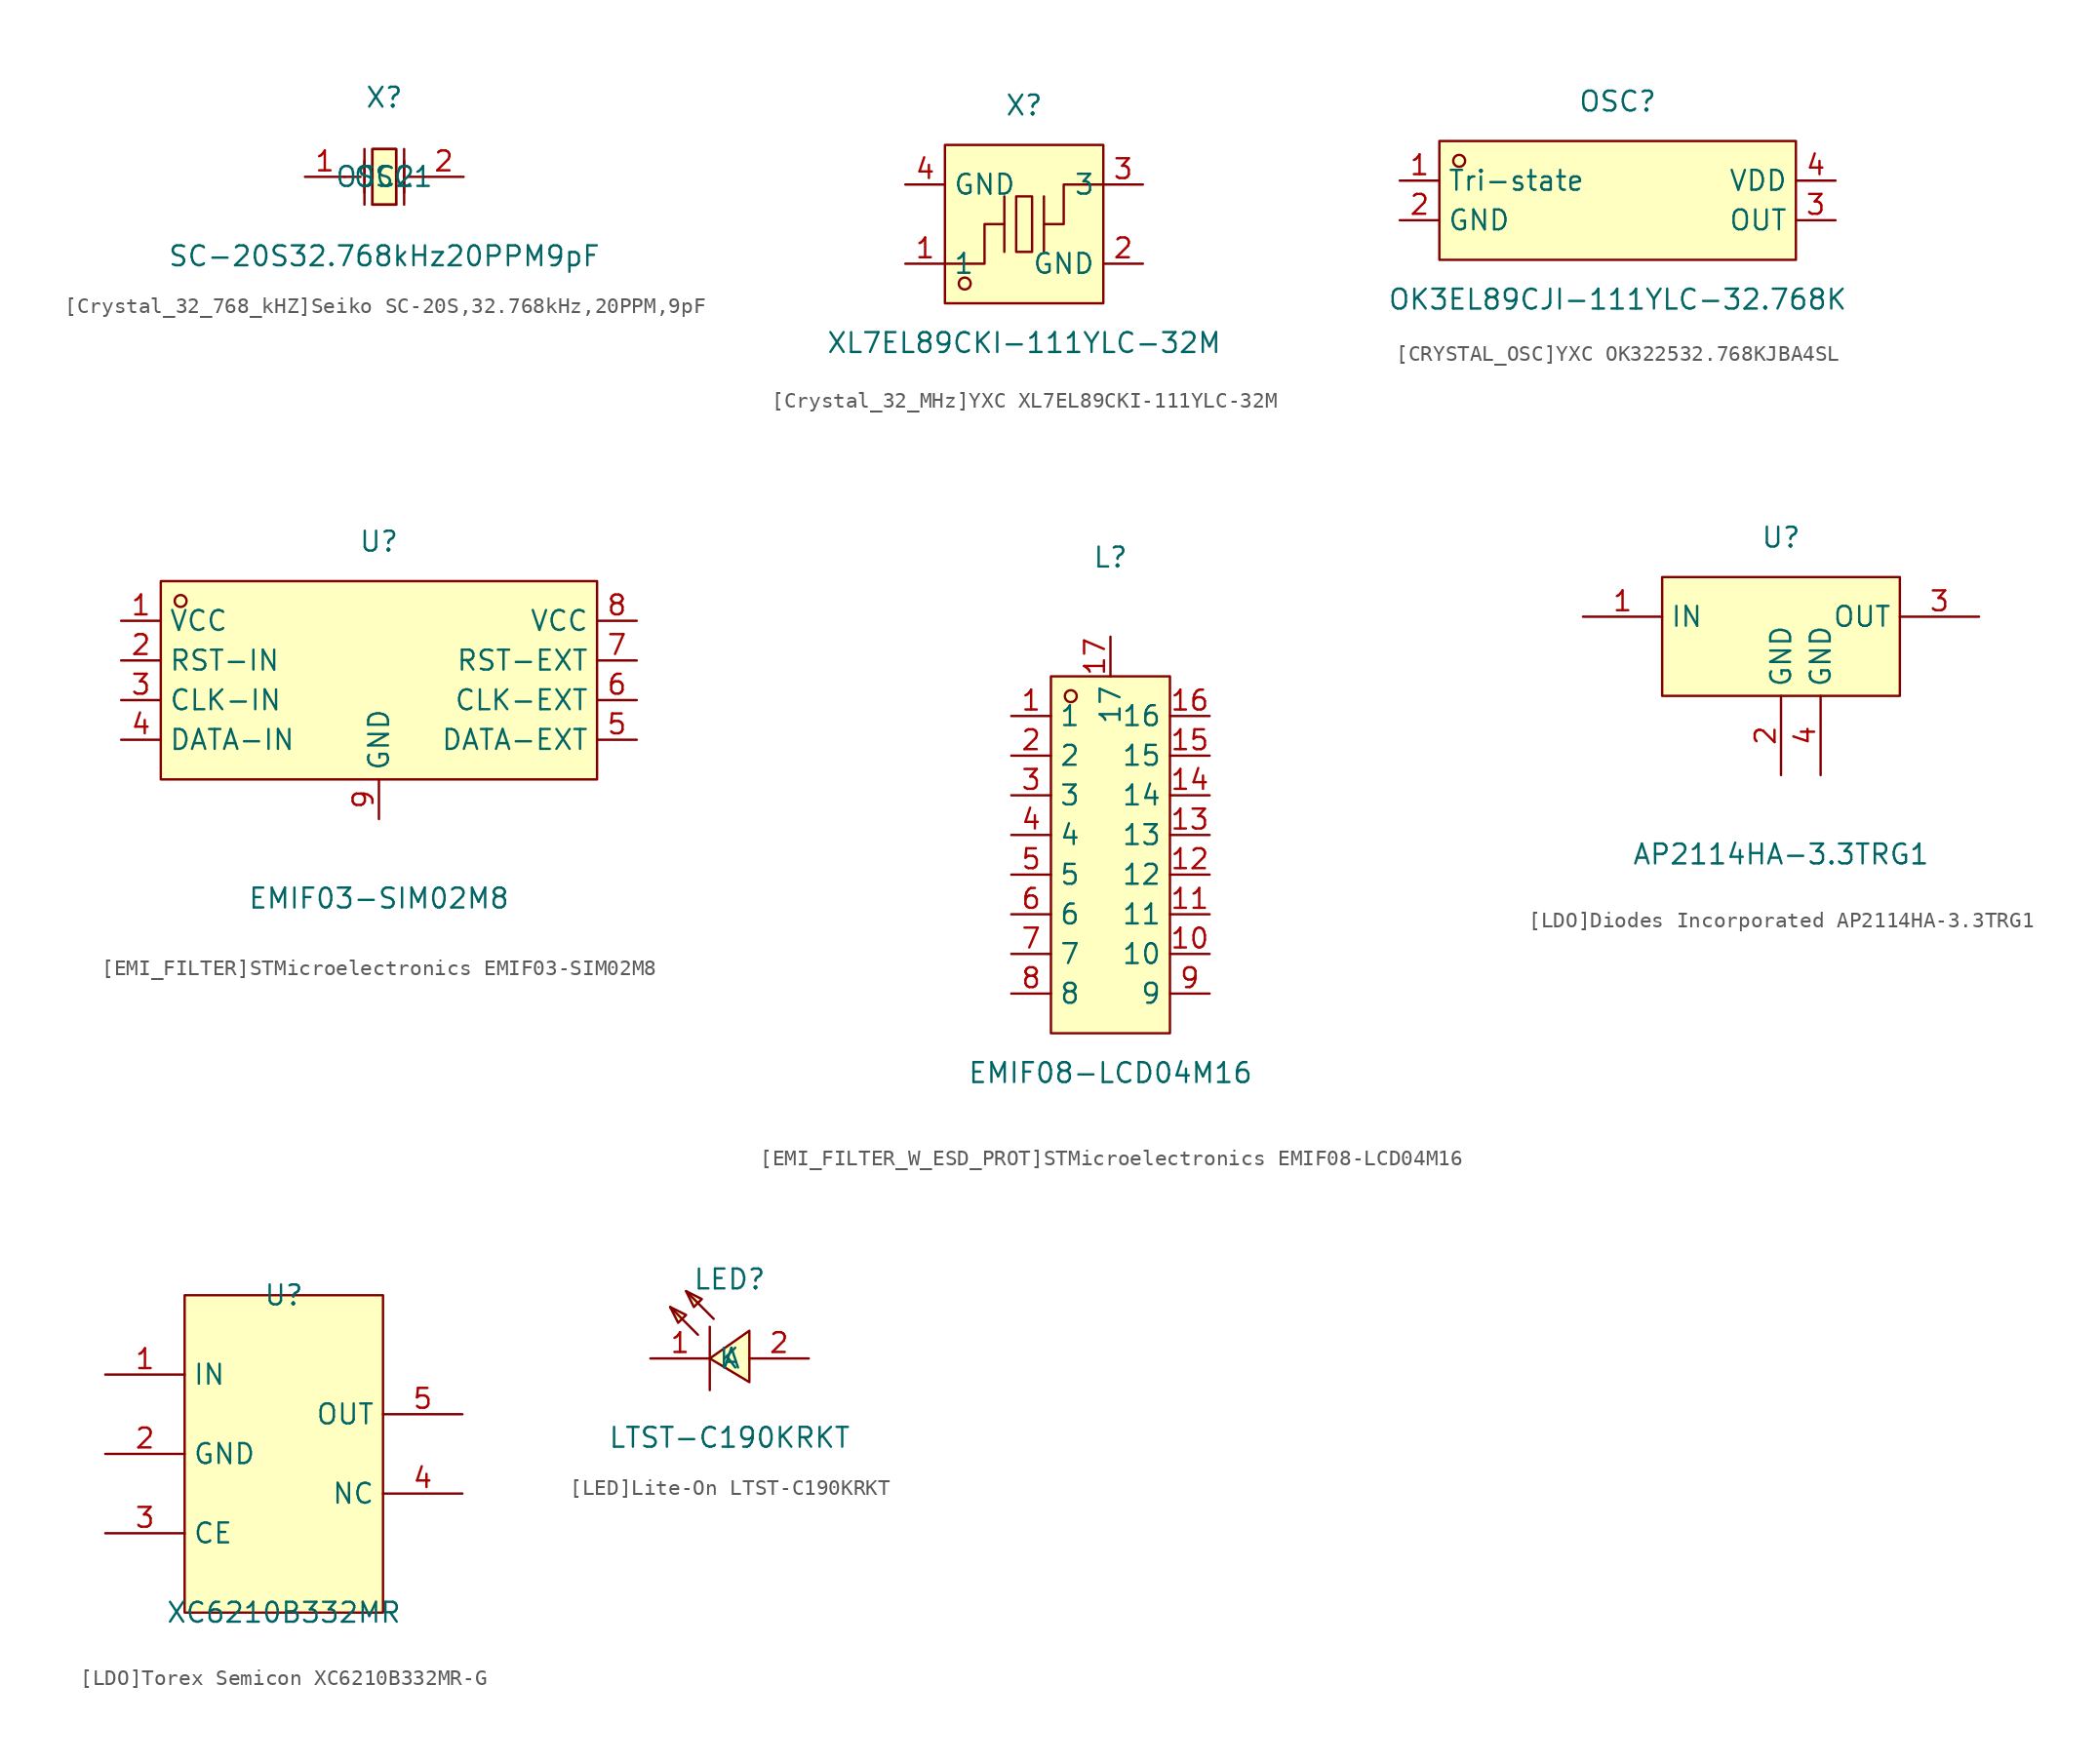
<source format=kicad_sym>
(kicad_symbol_lib
  (version 20220914)
  (generator kicad_symbol_editor)
  (symbol "[Crystal_32_768_kHZ]Seiko SC-20S,32.768kHz,20PPM,9pF"
    (property "Reference" "X"
      (at 0 5.08 0)
      (effects (font (size 1.27 1.27))))
    (property "Value" "SC-20S32.768kHz20PPM9pF"
      (at 0 -5.08 0)
      (effects (font (size 1.27 1.27))))
    (symbol "[Crystal_32_768_kHZ]Seiko SC-20S,32.768kHz,20PPM,9pF_0_1"
      (polyline (pts (xy -2.54 0) (xy -1.52 0)) (stroke (width 0) (type default)) (fill (type none)))
      (polyline (pts (xy -1.27 -1.78) (xy -1.27 1.78)) (stroke (width 0) (type default)) (fill (type none)))
      (polyline (pts (xy -1.27 -1.02) (xy -1.27 1.02)) (stroke (width 0) (type default)) (fill (type none)))
      (polyline (pts (xy 0.76 -1.78) (xy -0.76 -1.78)) (stroke (width 0) (type default)) (fill (type none)))
      (polyline (pts (xy 1.27 -1.78) (xy 1.27 1.78)) (stroke (width 0) (type default)) (fill (type none)))
      (polyline (pts (xy 1.27 -1.02) (xy 1.27 1.02)) (stroke (width 0) (type default)) (fill (type none)))
      (polyline (pts (xy 2.54 0) (xy 1.52 0)) (stroke (width 0) (type default)) (fill (type none)))
      (polyline (pts (xy -0.76 -1.78) (xy -0.76 1.78) (xy 0.76 1.78) (xy 0.76 -1.78)) (stroke (width 0) (type default)) (fill (type none)))
      (polyline (pts (xy 0.76 1.78) (xy 0.76 -1.78) (xy -0.76 -1.78) (xy -0.76 1.78) (xy 0.76 1.78)) (stroke (width 0) (type default)) (fill (type background)))
      (pin input line (at -5.08 0 0) (length 2.54) (name "OSC1" (effects (font (size 1.27 1.27)))) (number "1" (effects (font (size 1.27 1.27)))))
      (pin input line (at 5.08 0 180) (length 2.54) (name "OSC2" (effects (font (size 1.27 1.27)))) (number "2" (effects (font (size 1.27 1.27)))))))
  (symbol "[Crystal_32_MHz]YXC XL7EL89CKI-111YLC-32M"
    (property "Reference" "X"
      (at 0 7.62 0)
      (effects (font (size 1.27 1.27))))
    (property "Value" "XL7EL89CKI-111YLC-32M"
      (at 0 -7.62 0)
      (effects (font (size 1.27 1.27))))
    (symbol "[Crystal_32_MHz]YXC XL7EL89CKI-111YLC-32M_0_1"
      (rectangle (start -5.08 5.08) (end 5.08 -5.08) (stroke (width 0) (type default)) (fill (type background)))
      (circle (center -3.81 -3.81) (radius 0.38) (stroke (width 0) (type default)) (fill (type none)))
      (rectangle (start -0.51 1.78) (end 0.51 -1.78) (stroke (width 0) (type default)) (fill (type background)))
      (polyline (pts (xy -1.27 -1.78) (xy -1.27 1.78)) (stroke (width 0) (type default)) (fill (type none)))
      (polyline (pts (xy 1.27 -1.78) (xy 1.27 1.78)) (stroke (width 0) (type default)) (fill (type none)))
      (polyline (pts (xy -5.08 -2.54) (xy -2.54 -2.54) (xy -2.54 0) (xy -1.27 0)) (stroke (width 0) (type default)) (fill (type none)))
      (polyline (pts (xy 5.08 2.54) (xy 2.54 2.54) (xy 2.54 0) (xy 1.27 0)) (stroke (width 0) (type default)) (fill (type none)))
      (pin input line (at -7.62 -2.54 0) (length 2.54) (name "1" (effects (font (size 1.27 1.27)))) (number "1" (effects (font (size 1.27 1.27)))))
      (pin input line (at 7.62 -2.54 180) (length 2.54) (name "GND" (effects (font (size 1.27 1.27)))) (number "2" (effects (font (size 1.27 1.27)))))
      (pin input line (at 7.62 2.54 180) (length 2.54) (name "3" (effects (font (size 1.27 1.27)))) (number "3" (effects (font (size 1.27 1.27)))))
      (pin input line (at -7.62 2.54 0) (length 2.54) (name "GND" (effects (font (size 1.27 1.27)))) (number "4" (effects (font (size 1.27 1.27)))))))
  (symbol "[CRYSTAL_OSC]YXC OK322532.768KJBA4SL"
    (property "Reference" "OSC"
      (at 0 6.35 0)
      (effects (font (size 1.27 1.27))))
    (property "Value" "OK3EL89CJI-111YLC-32.768K"
      (at 0 -6.35 0)
      (effects (font (size 1.27 1.27))))
    (symbol "[CRYSTAL_OSC]YXC OK322532.768KJBA4SL_0_1"
      (rectangle (start -11.43 3.81) (end 11.43 -3.81) (stroke (width 0) (type default)) (fill (type background)))
      (circle (center -10.16 2.54) (radius 0.38) (stroke (width 0) (type default)) (fill (type none)))
      (pin unspecified line (at -13.97 1.27 0) (length 2.54) (name "Tri-state" (effects (font (size 1.27 1.27)))) (number "1" (effects (font (size 1.27 1.27)))))
      (pin unspecified line (at -13.97 -1.27 0) (length 2.54) (name "GND" (effects (font (size 1.27 1.27)))) (number "2" (effects (font (size 1.27 1.27)))))
      (pin unspecified line (at 13.97 -1.27 180) (length 2.54) (name "OUT" (effects (font (size 1.27 1.27)))) (number "3" (effects (font (size 1.27 1.27)))))
      (pin unspecified line (at 13.97 1.27 180) (length 2.54) (name "VDD" (effects (font (size 1.27 1.27)))) (number "4" (effects (font (size 1.27 1.27)))))))
  (symbol "[EMI_FILTER]STMicroelectronics EMIF03-SIM02M8"
    (property "Reference" "U"
      (at 0 10.16 0)
      (effects (font (size 1.27 1.27))))
    (property "Value" "EMIF03-SIM02M8"
      (at 0 -12.7 0)
      (effects (font (size 1.27 1.27))))
    (symbol "[EMI_FILTER]STMicroelectronics EMIF03-SIM02M8_0_1"
      (rectangle (start -13.97 7.62) (end 13.97 -5.08) (stroke (width 0) (type default)) (fill (type background)))
      (circle (center -12.7 6.35) (radius 0.38) (stroke (width 0) (type default)) (fill (type none)))
      (pin unspecified line (at -16.51 5.08 0) (length 2.54) (name "VCC" (effects (font (size 1.27 1.27)))) (number "1" (effects (font (size 1.27 1.27)))))
      (pin unspecified line (at -16.51 2.54 0) (length 2.54) (name "RST-IN" (effects (font (size 1.27 1.27)))) (number "2" (effects (font (size 1.27 1.27)))))
      (pin unspecified line (at -16.51 0 0) (length 2.54) (name "CLK-IN" (effects (font (size 1.27 1.27)))) (number "3" (effects (font (size 1.27 1.27)))))
      (pin unspecified line (at -16.51 -2.54 0) (length 2.54) (name "DATA-IN" (effects (font (size 1.27 1.27)))) (number "4" (effects (font (size 1.27 1.27)))))
      (pin unspecified line (at 16.51 -2.54 180) (length 2.54) (name "DATA-EXT" (effects (font (size 1.27 1.27)))) (number "5" (effects (font (size 1.27 1.27)))))
      (pin unspecified line (at 16.51 0 180) (length 2.54) (name "CLK-EXT" (effects (font (size 1.27 1.27)))) (number "6" (effects (font (size 1.27 1.27)))))
      (pin unspecified line (at 16.51 2.54 180) (length 2.54) (name "RST-EXT" (effects (font (size 1.27 1.27)))) (number "7" (effects (font (size 1.27 1.27)))))
      (pin unspecified line (at 16.51 5.08 180) (length 2.54) (name "VCC" (effects (font (size 1.27 1.27)))) (number "8" (effects (font (size 1.27 1.27)))))
      (pin unspecified line (at 0 -7.62 90) (length 2.54) (name "GND" (effects (font (size 1.27 1.27)))) (number "9" (effects (font (size 1.27 1.27)))))))
  (symbol "[EMI_FILTER_W_ESD_PROT]STMicroelectronics EMIF08-LCD04M16"
    (property "Reference" "L"
      (at 0 19.05 0)
      (effects (font (size 1.27 1.27))))
    (property "Value" "EMIF08-LCD04M16"
      (at 0 -13.97 0)
      (effects (font (size 1.27 1.27))))
    (symbol "[EMI_FILTER_W_ESD_PROT]STMicroelectronics EMIF08-LCD04M16_0_1"
      (rectangle (start -3.81 11.43) (end 3.81 -11.43) (stroke (width 0) (type default)) (fill (type background)))
      (circle (center -2.54 10.16) (radius 0.38) (stroke (width 0) (type default)) (fill (type none)))
      (pin unspecified line (at -6.35 8.89 0) (length 2.54) (name "1" (effects (font (size 1.27 1.27)))) (number "1" (effects (font (size 1.27 1.27)))))
      (pin unspecified line (at 6.35 -6.35 180) (length 2.54) (name "10" (effects (font (size 1.27 1.27)))) (number "10" (effects (font (size 1.27 1.27)))))
      (pin unspecified line (at 6.35 -3.81 180) (length 2.54) (name "11" (effects (font (size 1.27 1.27)))) (number "11" (effects (font (size 1.27 1.27)))))
      (pin unspecified line (at 6.35 -1.27 180) (length 2.54) (name "12" (effects (font (size 1.27 1.27)))) (number "12" (effects (font (size 1.27 1.27)))))
      (pin unspecified line (at 6.35 1.27 180) (length 2.54) (name "13" (effects (font (size 1.27 1.27)))) (number "13" (effects (font (size 1.27 1.27)))))
      (pin unspecified line (at 6.35 3.81 180) (length 2.54) (name "14" (effects (font (size 1.27 1.27)))) (number "14" (effects (font (size 1.27 1.27)))))
      (pin unspecified line (at 6.35 6.35 180) (length 2.54) (name "15" (effects (font (size 1.27 1.27)))) (number "15" (effects (font (size 1.27 1.27)))))
      (pin unspecified line (at 6.35 8.89 180) (length 2.54) (name "16" (effects (font (size 1.27 1.27)))) (number "16" (effects (font (size 1.27 1.27)))))
      (pin unspecified line (at 0 13.97 270) (length 2.54) (name "17" (effects (font (size 1.27 1.27)))) (number "17" (effects (font (size 1.27 1.27)))))
      (pin unspecified line (at -6.35 6.35 0) (length 2.54) (name "2" (effects (font (size 1.27 1.27)))) (number "2" (effects (font (size 1.27 1.27)))))
      (pin unspecified line (at -6.35 3.81 0) (length 2.54) (name "3" (effects (font (size 1.27 1.27)))) (number "3" (effects (font (size 1.27 1.27)))))
      (pin unspecified line (at -6.35 1.27 0) (length 2.54) (name "4" (effects (font (size 1.27 1.27)))) (number "4" (effects (font (size 1.27 1.27)))))
      (pin unspecified line (at -6.35 -1.27 0) (length 2.54) (name "5" (effects (font (size 1.27 1.27)))) (number "5" (effects (font (size 1.27 1.27)))))
      (pin unspecified line (at -6.35 -3.81 0) (length 2.54) (name "6" (effects (font (size 1.27 1.27)))) (number "6" (effects (font (size 1.27 1.27)))))
      (pin unspecified line (at -6.35 -6.35 0) (length 2.54) (name "7" (effects (font (size 1.27 1.27)))) (number "7" (effects (font (size 1.27 1.27)))))
      (pin unspecified line (at -6.35 -8.89 0) (length 2.54) (name "8" (effects (font (size 1.27 1.27)))) (number "8" (effects (font (size 1.27 1.27)))))
      (pin unspecified line (at 6.35 -8.89 180) (length 2.54) (name "9" (effects (font (size 1.27 1.27)))) (number "9" (effects (font (size 1.27 1.27)))))))
  (symbol "[LDO]Diodes Incorporated AP2114HA-3.3TRG1"
    (property "Reference" "U"
      (at 0 5.08 0)
      (effects (font (size 1.27 1.27))))
    (property "Value" "AP2114HA-3.3TRG1"
      (at 0 -15.24 0)
      (effects (font (size 1.27 1.27))))
    (symbol "[LDO]Diodes Incorporated AP2114HA-3.3TRG1_0_1"
      (rectangle (start -7.62 2.54) (end 7.62 -5.08) (stroke (width 0) (type default)) (fill (type background)))
      (pin power_in line (at -12.7 0 0) (length 5.08) (name "IN" (effects (font (size 1.27 1.27)))) (number "1" (effects (font (size 1.27 1.27)))))
      (pin power_in line (at 0 -10.16 90) (length 5.08) (name "GND" (effects (font (size 1.27 1.27)))) (number "2" (effects (font (size 1.27 1.27)))))
      (pin power_in line (at 12.7 0 180) (length 5.08) (name "OUT" (effects (font (size 1.27 1.27)))) (number "3" (effects (font (size 1.27 1.27)))))
      (pin power_in line (at 2.54 -10.16 90) (length 5.08) (name "GND" (effects (font (size 1.27 1.27)))) (number "4" (effects (font (size 1.27 1.27)))))))
  (symbol "[LDO]Torex Semicon XC6210B332MR-G"
    (property "Reference" "U"
      (at 0 10.16 0)
      (effects (font (size 1.27 1.27))))
    (property "Value" "XC6210B332MR"
      (at 0 -10.16 0)
      (effects (font (size 1.27 1.27))))
    (symbol "[LDO]Torex Semicon XC6210B332MR-G_0_1"
      (rectangle (start -6.35 10.16) (end 6.35 -10.16) (stroke (width 0) (type default)) (fill (type background)))
      (pin unspecified line (at -11.43 5.08 0) (length 5.08) (name "IN" (effects (font (size 1.27 1.27)))) (number "1" (effects (font (size 1.27 1.27)))))
      (pin unspecified line (at -11.43 0 0) (length 5.08) (name "GND" (effects (font (size 1.27 1.27)))) (number "2" (effects (font (size 1.27 1.27)))))
      (pin unspecified line (at -11.43 -5.08 0) (length 5.08) (name "CE" (effects (font (size 1.27 1.27)))) (number "3" (effects (font (size 1.27 1.27)))))
      (pin unspecified line (at 11.43 -2.54 180) (length 5.08) (name "NC" (effects (font (size 1.27 1.27)))) (number "4" (effects (font (size 1.27 1.27)))))
      (pin unspecified line (at 11.43 2.54 180) (length 5.08) (name "OUT" (effects (font (size 1.27 1.27)))) (number "5" (effects (font (size 1.27 1.27)))))))
  (symbol "[LED]Lite-On LTST-C190KRKT"
    (property "Reference" "LED"
      (at 0 3.81 0)
      (effects (font (size 1.27 1.27))))
    (property "Value" "LTST-C190KRKT"
      (at 0 -6.35 0)
      (effects (font (size 1.27 1.27))))
    (symbol "[LED]Lite-On LTST-C190KRKT_0_1"
      (polyline (pts (xy -2.03 0.25) (xy -3.81 2.03)) (stroke (width 0) (type default)) (fill (type none)))
      (polyline (pts (xy -1.27 0.76) (xy -1.27 -3.3)) (stroke (width 0) (type default)) (fill (type none)))
      (polyline (pts (xy -1.02 1.27) (xy -2.79 3.05)) (stroke (width 0) (type default)) (fill (type none)))
      (polyline (pts (xy -3.81 2.03) (xy -2.79 1.52) (xy -3.3 1.02) (xy -3.81 2.03)) (stroke (width 0) (type default)) (fill (type background)))
      (polyline (pts (xy -2.79 3.05) (xy -1.78 2.54) (xy -2.29 2.03) (xy -2.79 3.05)) (stroke (width 0) (type default)) (fill (type background)))
      (polyline (pts (xy 1.27 -2.79) (xy -1.27 -1.27) (xy 1.27 0.51) (xy 1.27 -2.79)) (stroke (width 0) (type default)) (fill (type background)))
      (pin unspecified line (at -5.08 -1.27 0) (length 3.81) (name "K" (effects (font (size 1.27 1.27)))) (number "1" (effects (font (size 1.27 1.27)))))
      (pin unspecified line (at 5.08 -1.27 180) (length 3.81) (name "A" (effects (font (size 1.27 1.27)))) (number "2" (effects (font (size 1.27 1.27))))))))
</source>
